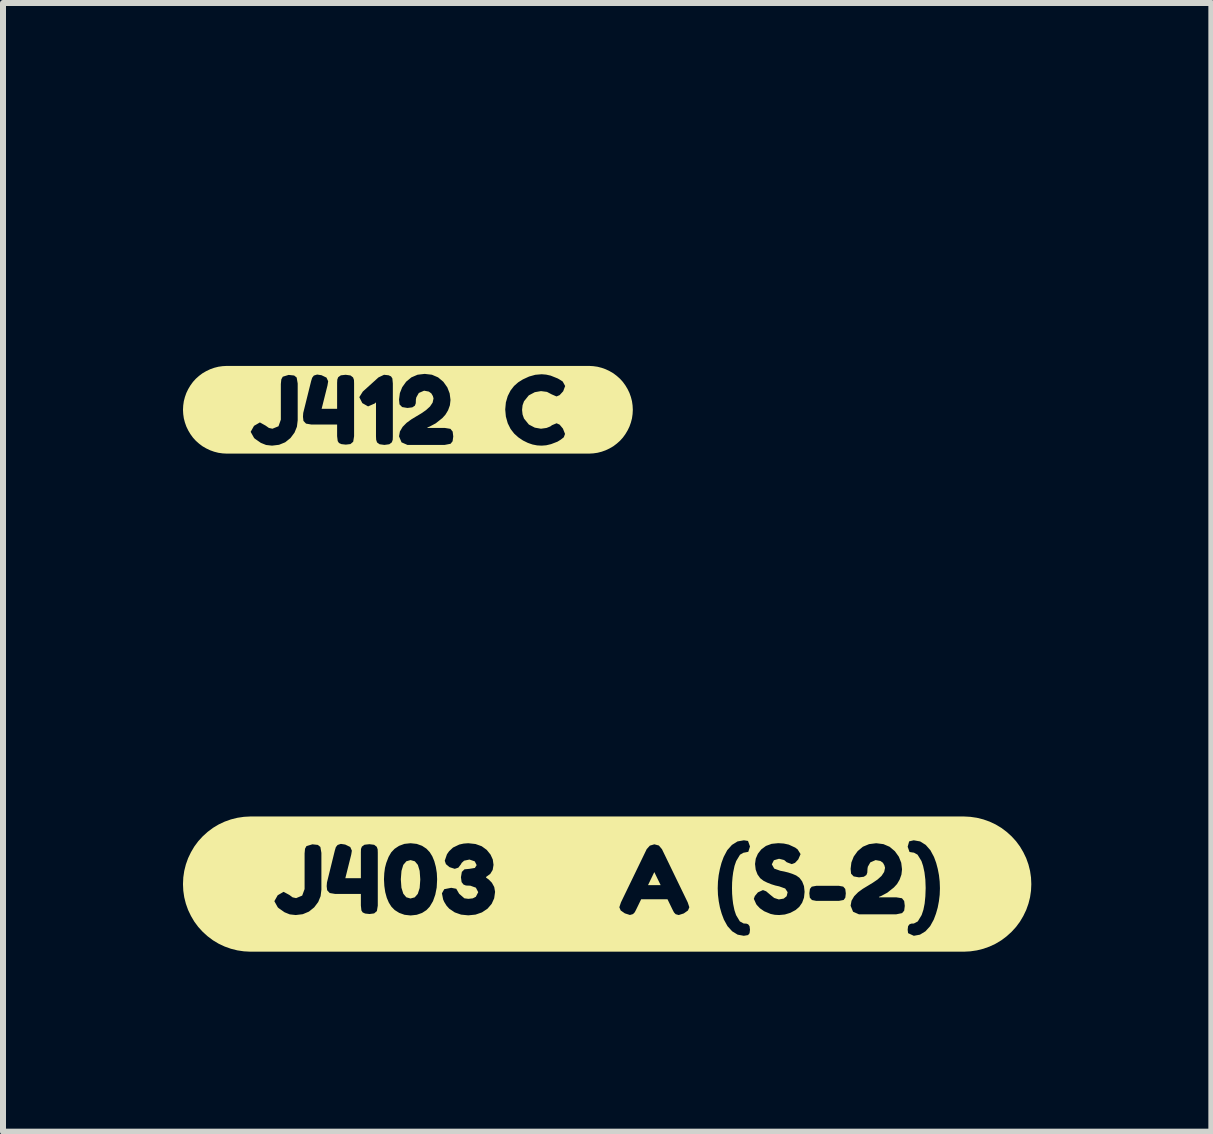
<source format=kicad_pcb>
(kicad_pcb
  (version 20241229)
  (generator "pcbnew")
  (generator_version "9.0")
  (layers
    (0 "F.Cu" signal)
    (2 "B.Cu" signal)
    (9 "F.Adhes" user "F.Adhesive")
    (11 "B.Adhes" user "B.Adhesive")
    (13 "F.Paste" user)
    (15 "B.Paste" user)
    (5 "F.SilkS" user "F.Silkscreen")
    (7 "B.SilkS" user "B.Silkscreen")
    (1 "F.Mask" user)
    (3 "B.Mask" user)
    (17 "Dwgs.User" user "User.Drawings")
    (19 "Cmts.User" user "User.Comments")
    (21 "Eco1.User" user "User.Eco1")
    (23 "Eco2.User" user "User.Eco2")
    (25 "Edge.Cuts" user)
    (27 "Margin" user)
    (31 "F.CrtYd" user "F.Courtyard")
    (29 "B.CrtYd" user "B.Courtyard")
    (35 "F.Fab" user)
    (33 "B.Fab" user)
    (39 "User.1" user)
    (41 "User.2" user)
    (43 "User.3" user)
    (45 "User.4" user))
  (footprint "kibuzzard-65BFD836"
    (layer "F.Cu")
    (at 7.07 11.686)
    (property "Reference" "kibuzzard-65BFD836" (at 0 -4.175 0) (layer "F.SilkS") (effects (font (size 0.001 0.001) (thickness 0.15))))
    (attr board_only exclude_from_pos_files exclude_from_bom)
    (fp_poly (pts (xy 0.786 -0.2) (xy 0.681 0.018) (xy 0.892 0.018) (xy 0.786 -0.2)) (stroke (width 0) (type solid)) (fill yes) (layer "F.SilkS"))
    (fp_poly (pts (xy -3.278 0.24) (xy -3.207 0.221) (xy -3.156 0.162) (xy -3.125 0.065) (xy -3.115 -0.071) (xy -3.115 -0.081) (xy -3.125 -0.22) (xy -3.155 -0.32) (xy -3.206 -0.38) (xy -3.277 -0.4) (xy -3.347 -0.38) (xy -3.398 -0.32) (xy -3.428 -0.22) (xy -3.439 -0.08) (xy -3.429 0.06) (xy -3.398 0.16) (xy -3.348 0.22) (xy -3.278 0.24)) (stroke (width 0) (type solid)) (fill yes) (layer "F.SilkS"))
    (fp_poly (pts (xy -5.547 -1.127) (xy -5.944 -1.127) (xy -6.054 -1.121) (xy -6.163 -1.105) (xy -6.271 -1.078) (xy -6.375 -1.041) (xy -6.475 -0.994) (xy -6.57 -0.937) (xy -6.658 -0.871) (xy -6.74 -0.797) (xy -6.815 -0.715) (xy -6.881 -0.626) (xy -6.937 -0.531) (xy -6.985 -0.431) (xy -7.022 -0.327) (xy -7.049 -0.22) (xy -7.065 -0.11) (xy -7.07 0) (xy -7.065 0.11) (xy -7.049 0.22) (xy -7.022 0.327) (xy -6.985 0.431) (xy -6.937 0.531) (xy -6.881 0.626) (xy -6.815 0.715) (xy -6.74 0.797) (xy -6.658 0.871) (xy -6.57 0.937) (xy -6.475 0.994) (xy -6.375 1.041) (xy -6.271 1.078) (xy -6.163 1.105) (xy -6.054 1.121) (xy -5.944 1.127) (xy -5.547 1.127) (xy -5.191 1.127) (xy -5.191 0.516) (xy -5.29 0.505) (xy -5.377 0.47) (xy -5.478 0.399) (xy -5.491 0.386) (xy -5.547 0.285) (xy -5.491 0.186) (xy -5.393 0.129) (xy -5.297 0.181) (xy -5.243 0.221) (xy -5.184 0.234) (xy -5.083 0.192) (xy -5.043 0.083) (xy -5.043 -0.511) (xy -5.036 -0.589) (xy -5.012 -0.633) (xy -4.913 -0.663) (xy -4.822 -0.653) (xy -4.78 -0.619) (xy -4.763 -0.52) (xy -4.763 0.094) (xy -4.776 0.201) (xy -4.816 0.299) (xy -4.883 0.388) (xy -4.971 0.459) (xy -5.074 0.502) (xy -5.191 0.516) (xy -5.191 1.127) (xy -3.961 1.127) (xy -3.961 0.499) (xy -4.034 0.491) (xy -4.075 0.472) (xy -4.096 0.44) (xy -4.105 0.357) (xy -4.105 0.164) (xy -4.535 0.164) (xy -4.624 0.149) (xy -4.667 0.103) (xy -4.675 0.035) (xy -4.67 -0.028) (xy -4.539 -0.56) (xy -4.522 -0.616) (xy -4.493 -0.652) (xy -4.439 -0.67) (xy -4.366 -0.659) (xy -4.282 -0.618) (xy -4.255 -0.557) (xy -4.266 -0.49) (xy -4.267 -0.486) (xy -4.364 -0.098) (xy -4.105 -0.098) (xy -4.105 -0.532) (xy -4.103 -0.586) (xy -4.088 -0.625) (xy -4.044 -0.656) (xy -3.963 -0.665) (xy -3.883 -0.655) (xy -3.84 -0.621) (xy -3.825 -0.579) (xy -3.823 -0.524) (xy -3.823 0.359) (xy -3.838 0.45) (xy -3.884 0.489) (xy -3.961 0.499) (xy -3.961 1.127) (xy -3.275 1.127) (xy -3.275 0.523) (xy -3.377 0.512) (xy -3.466 0.48) (xy -3.541 0.433) (xy -3.596 0.377) (xy -3.639 0.309) (xy -3.673 0.229) (xy -3.699 0.134) (xy -3.714 0.031) (xy -3.72 -0.081) (xy -3.715 -0.181) (xy -3.703 -0.272) (xy -3.682 -0.352) (xy -3.643 -0.453) (xy -3.599 -0.529) (xy -3.543 -0.588) (xy -3.469 -0.637) (xy -3.38 -0.67) (xy -3.277 -0.681) (xy -3.174 -0.67) (xy -3.085 -0.638) (xy -3.012 -0.59) (xy -2.957 -0.532) (xy -2.914 -0.462) (xy -2.881 -0.382) (xy -2.855 -0.285) (xy -2.839 -0.184) (xy -2.834 -0.079) (xy -2.841 0.057) (xy -2.865 0.178) (xy -2.903 0.285) (xy -2.958 0.377) (xy -3.012 0.434) (xy -3.085 0.481) (xy -3.174 0.512) (xy -3.275 0.523) (xy -3.275 1.127) (xy -2.315 1.127) (xy -2.315 0.521) (xy -2.435 0.509) (xy -2.54 0.472) (xy -2.632 0.41) (xy -2.677 0.36) (xy -2.716 0.297) (xy -2.734 0.256) (xy -2.737 0.24) (xy -2.754 0.154) (xy -2.715 0.085) (xy -2.599 0.062) (xy -2.515 0.078) (xy -2.467 0.161) (xy -2.38 0.237) (xy -2.313 0.246) (xy -2.24 0.238) (xy -2.189 0.212) (xy -2.149 0.135) (xy -2.188 0.06) (xy -2.28 0.027) (xy -2.353 0.024) (xy -2.394 0.008) (xy -2.426 -0.033) (xy -2.437 -0.114) (xy -2.422 -0.203) (xy -2.378 -0.246) (xy -2.296 -0.254) (xy -2.205 -0.269) (xy -2.175 -0.316) (xy -2.207 -0.379) (xy -2.295 -0.409) (xy -2.384 -0.39) (xy -2.426 -0.352) (xy -2.435 -0.333) (xy -2.48 -0.274) (xy -2.54 -0.254) (xy -2.627 -0.282) (xy -2.687 -0.332) (xy -2.707 -0.389) (xy -2.67 -0.497) (xy -2.635 -0.547) (xy -2.569 -0.609) (xy -2.465 -0.659) (xy -2.393 -0.675) (xy -2.315 -0.681) (xy -2.194 -0.668) (xy -2.091 -0.631) (xy -2.007 -0.57) (xy -1.944 -0.492) (xy -1.906 -0.409) (xy -1.894 -0.32) (xy -1.908 -0.236) (xy -1.949 -0.169) (xy -2.018 -0.119) (xy -2.018 -0.108) (xy -1.971 -0.074) (xy -1.921 -0.022) (xy -1.882 0.049) (xy -1.868 0.13) (xy -1.883 0.237) (xy -1.925 0.33) (xy -1.995 0.411) (xy -2.087 0.472) (xy -2.194 0.509) (xy -2.315 0.521) (xy -2.315 1.127) (xy 1.193 1.127) (xy 1.193 0.516) (xy 1.142 0.502) (xy 1.114 0.472) (xy 1.089 0.424) (xy 1.006 0.253) (xy 0.567 0.253) (xy 0.484 0.424) (xy 0.46 0.47) (xy 0.431 0.5) (xy 0.38 0.515) (xy 0.295 0.488) (xy 0.226 0.44) (xy 0.203 0.386) (xy 0.23 0.305) (xy 0.659 -0.582) (xy 0.712 -0.641) (xy 0.787 -0.663) (xy 0.862 -0.643) (xy 0.914 -0.581) (xy 1.343 0.305) (xy 1.37 0.386) (xy 1.347 0.44) (xy 1.278 0.489) (xy 1.193 0.516) (xy 1.193 1.127) (xy 2.278 1.127) (xy 2.278 0.862) (xy 2.175 0.843) (xy 2.084 0.787) (xy 2.006 0.701) (xy 1.946 0.592) (xy 1.909 0.493) (xy 1.88 0.391) (xy 1.86 0.286) (xy 1.847 0.179) (xy 1.843 0.069) (xy 1.847 -0.041) (xy 1.859 -0.148) (xy 1.879 -0.252) (xy 1.906 -0.354) (xy 1.942 -0.452) (xy 2.001 -0.564) (xy 2.08 -0.653) (xy 2.173 -0.711) (xy 2.28 -0.73) (xy 2.348 -0.719) (xy 2.381 -0.627) (xy 2.353 -0.538) (xy 2.288 -0.525) (xy 2.278 -0.525) (xy 2.215 -0.49) (xy 2.151 -0.384) (xy 2.123 -0.303) (xy 2.101 -0.197) (xy 2.09 -0.115) (xy 2.083 -0.027) (xy 2.081 0.067) (xy 2.083 0.161) (xy 2.09 0.249) (xy 2.1 0.33) (xy 2.122 0.436) (xy 2.149 0.517) (xy 2.212 0.622) (xy 2.276 0.657) (xy 2.32 0.659) (xy 2.35 0.67) (xy 2.374 0.702) (xy 2.381 0.761) (xy 2.374 0.819) (xy 2.349 0.85) (xy 2.278 0.862) (xy 2.278 1.127) (xy 2.867 1.127) (xy 2.867 0.516) (xy 2.794 0.512) (xy 2.726 0.498) (xy 2.618 0.453) (xy 2.546 0.403) (xy 2.5 0.354) (xy 2.486 0.337) (xy 2.445 0.246) (xy 2.462 0.199) (xy 2.513 0.138) (xy 2.597 0.1) (xy 2.65 0.12) (xy 2.721 0.18) (xy 2.784 0.231) (xy 2.861 0.256) (xy 2.943 0.242) (xy 2.992 0.202) (xy 3.008 0.135) (xy 2.968 0.074) (xy 2.867 0.038) (xy 2.804 0.024) (xy 2.737 0.003) (xy 2.669 -0.024) (xy 2.607 -0.055) (xy 2.551 -0.098) (xy 2.506 -0.161) (xy 2.476 -0.24) (xy 2.465 -0.335) (xy 2.477 -0.424) (xy 2.512 -0.505) (xy 2.569 -0.578) (xy 2.647 -0.636) (xy 2.742 -0.671) (xy 2.853 -0.682) (xy 2.944 -0.676) (xy 3.027 -0.658) (xy 3.135 -0.608) (xy 3.175 -0.578) (xy 3.224 -0.5) (xy 3.186 -0.412) (xy 3.131 -0.353) (xy 3.075 -0.333) (xy 2.992 -0.365) (xy 2.974 -0.381) (xy 2.95 -0.401) (xy 2.865 -0.422) (xy 2.779 -0.397) (xy 2.745 -0.329) (xy 2.785 -0.258) (xy 2.886 -0.222) (xy 2.949 -0.21) (xy 3.018 -0.193) (xy 3.086 -0.171) (xy 3.15 -0.144) (xy 3.205 -0.105) (xy 3.25 -0.045) (xy 3.281 0.034) (xy 3.291 0.129) (xy 3.281 0.226) (xy 3.25 0.311) (xy 3.202 0.38) (xy 3.142 0.432) (xy 3.054 0.479) (xy 2.962 0.507) (xy 2.867 0.516) (xy 2.867 1.127) (xy 3.862 1.127) (xy 3.862 0.28) (xy 3.485 0.28) (xy 3.414 0.266) (xy 3.378 0.226) (xy 3.37 0.153) (xy 3.38 0.081) (xy 3.41 0.043) (xy 3.486 0.029) (xy 3.864 0.029) (xy 3.935 0.042) (xy 3.969 0.081) (xy 3.978 0.154) (xy 3.97 0.226) (xy 3.942 0.265) (xy 3.862 0.28) (xy 3.862 1.127) (xy 4.818 1.127) (xy 4.818 0.504) (xy 4.197 0.504) (xy 4.099 0.461) (xy 4.058 0.361) (xy 4.073 0.278) (xy 4.117 0.203) (xy 4.183 0.136) (xy 4.261 0.079) (xy 4.345 0.028) (xy 4.429 -0.023) (xy 4.507 -0.076) (xy 4.573 -0.136) (xy 4.617 -0.202) (xy 4.632 -0.271) (xy 4.621 -0.312) (xy 4.597 -0.355) (xy 4.555 -0.385) (xy 4.475 -0.4) (xy 4.387 -0.362) (xy 4.345 -0.289) (xy 4.339 -0.252) (xy 4.339 -0.243) (xy 4.336 -0.19) (xy 4.321 -0.151) (xy 4.278 -0.122) (xy 4.197 -0.112) (xy 4.109 -0.128) (xy 4.066 -0.173) (xy 4.058 -0.254) (xy 4.071 -0.36) (xy 4.11 -0.459) (xy 4.176 -0.55) (xy 4.263 -0.623) (xy 4.366 -0.666) (xy 4.485 -0.681) (xy 4.605 -0.666) (xy 4.708 -0.622) (xy 4.796 -0.548) (xy 4.862 -0.456) (xy 4.902 -0.355) (xy 4.915 -0.246) (xy 4.905 -0.158) (xy 4.875 -0.074) (xy 4.832 -0.001) (xy 4.78 0.056) (xy 4.669 0.144) (xy 4.57 0.197) (xy 4.531 0.213) (xy 4.531 0.221) (xy 4.821 0.221) (xy 4.914 0.236) (xy 4.951 0.282) (xy 4.961 0.363) (xy 4.951 0.443) (xy 4.916 0.484) (xy 4.818 0.504) (xy 4.818 1.127) (xy 5.112 1.127) (xy 5.112 0.862) (xy 5.016 0.818) (xy 5.009 0.761) (xy 5.016 0.702) (xy 5.04 0.67) (xy 5.07 0.659) (xy 5.113 0.657) (xy 5.178 0.622) (xy 5.242 0.516) (xy 5.271 0.429) (xy 5.292 0.325) (xy 5.304 0.204) (xy 5.309 0.065) (xy 5.304 -0.073) (xy 5.289 -0.197) (xy 5.266 -0.303) (xy 5.239 -0.384) (xy 5.174 -0.49) (xy 5.112 -0.525) (xy 5.102 -0.525) (xy 5.04 -0.535) (xy 5.009 -0.623) (xy 5.034 -0.712) (xy 5.11 -0.73) (xy 5.217 -0.711) (xy 5.31 -0.653) (xy 5.388 -0.564) (xy 5.448 -0.452) (xy 5.484 -0.354) (xy 5.511 -0.252) (xy 5.531 -0.148) (xy 5.543 -0.041) (xy 5.547 0.069) (xy 5.543 0.179) (xy 5.53 0.286) (xy 5.51 0.391) (xy 5.481 0.493) (xy 5.444 0.592) (xy 5.384 0.701) (xy 5.306 0.787) (xy 5.214 0.843) (xy 5.112 0.862) (xy 5.112 1.127) (xy 5.547 1.127) (xy 5.944 1.127) (xy 6.054 1.121) (xy 6.163 1.105) (xy 6.271 1.078) (xy 6.375 1.041) (xy 6.475 0.994) (xy 6.57 0.937) (xy 6.658 0.871) (xy 6.74 0.797) (xy 6.815 0.715) (xy 6.881 0.626) (xy 6.937 0.531) (xy 6.985 0.431) (xy 7.022 0.327) (xy 7.049 0.22) (xy 7.065 0.11) (xy 7.07 0) (xy 7.065 -0.11) (xy 7.049 -0.22) (xy 7.022 -0.327) (xy 6.985 -0.431) (xy 6.937 -0.531) (xy 6.881 -0.626) (xy 6.815 -0.715) (xy 6.74 -0.797) (xy 6.658 -0.871) (xy 6.57 -0.937) (xy 6.475 -0.994) (xy 6.375 -1.041) (xy 6.271 -1.078) (xy 6.163 -1.105) (xy 6.054 -1.121) (xy 5.944 -1.127) (xy 5.547 -1.127) (xy -5.547 -1.127)) (stroke (width 0) (type solid)) (fill yes) (layer "F.SilkS")))
  (footprint "kibuzzard-65BFD822"
    (layer "F.Cu")
    (at 3.749 3.78)
    (property "Reference" "kibuzzard-65BFD822" (at 0 -3.779 0) (layer "F.SilkS") (effects (font (size 0.001 0.001) (thickness 0.15))))
    (attr board_only exclude_from_pos_files exclude_from_bom)
    (fp_poly (pts (xy -2.621 -0.731) (xy -3.018 -0.731) (xy -3.089 -0.727) (xy -3.16 -0.717) (xy -3.23 -0.699) (xy -3.297 -0.675) (xy -3.362 -0.644) (xy -3.424 -0.608) (xy -3.481 -0.565) (xy -3.535 -0.517) (xy -3.583 -0.464) (xy -3.625 -0.406) (xy -3.662 -0.344) (xy -3.693 -0.28) (xy -3.717 -0.212) (xy -3.735 -0.143) (xy -3.745 -0.072) (xy -3.749 0) (xy -3.745 0.072) (xy -3.735 0.143) (xy -3.717 0.212) (xy -3.693 0.28) (xy -3.662 0.344) (xy -3.625 0.406) (xy -3.583 0.464) (xy -3.535 0.517) (xy -3.481 0.565) (xy -3.424 0.608) (xy -3.362 0.644) (xy -3.297 0.675) (xy -3.23 0.699) (xy -3.16 0.717) (xy -3.089 0.727) (xy -3.018 0.731) (xy -2.621 0.731) (xy -2.265 0.731) (xy -2.265 0.598) (xy -2.364 0.587) (xy -2.451 0.552) (xy -2.553 0.481) (xy -2.565 0.468) (xy -2.621 0.368) (xy -2.565 0.268) (xy -2.467 0.211) (xy -2.372 0.264) (xy -2.317 0.303) (xy -2.258 0.316) (xy -2.157 0.275) (xy -2.118 0.165) (xy -2.118 -0.429) (xy -2.11 -0.507) (xy -2.086 -0.551) (xy -1.988 -0.581) (xy -1.896 -0.571) (xy -1.854 -0.537) (xy -1.837 -0.438) (xy -1.837 0.176) (xy -1.85 0.283) (xy -1.89 0.381) (xy -1.957 0.471) (xy -2.045 0.542) (xy -2.148 0.584) (xy -2.265 0.598) (xy -2.265 0.731) (xy -1.035 0.731) (xy -1.035 0.581) (xy -1.108 0.573) (xy -1.149 0.554) (xy -1.17 0.522) (xy -1.18 0.44) (xy -1.18 0.246) (xy -1.61 0.246) (xy -1.698 0.231) (xy -1.741 0.186) (xy -1.749 0.117) (xy -1.745 0.054) (xy -1.613 -0.478) (xy -1.596 -0.533) (xy -1.568 -0.57) (xy -1.513 -0.587) (xy -1.44 -0.576) (xy -1.357 -0.536) (xy -1.329 -0.475) (xy -1.34 -0.408) (xy -1.341 -0.403) (xy -1.438 -0.016) (xy -1.18 -0.016) (xy -1.18 -0.449) (xy -1.177 -0.503) (xy -1.162 -0.543) (xy -1.118 -0.574) (xy -1.037 -0.583) (xy -0.957 -0.572) (xy -0.914 -0.539) (xy -0.899 -0.497) (xy -0.897 -0.441) (xy -0.897 0.441) (xy -0.912 0.533) (xy -0.958 0.572) (xy -1.035 0.581) (xy -1.035 0.731) (xy -0.392 0.731) (xy -0.392 0.586) (xy -0.472 0.575) (xy -0.514 0.545) (xy -0.529 0.501) (xy -0.532 0.443) (xy -0.532 -0.124) (xy -0.552 -0.105) (xy -0.664 -0.056) (xy -0.76 -0.111) (xy -0.81 -0.21) (xy -0.752 -0.303) (xy -0.492 -0.538) (xy -0.487 -0.541) (xy -0.398 -0.583) (xy -0.322 -0.575) (xy -0.281 -0.556) (xy -0.259 -0.522) (xy -0.251 -0.438) (xy -0.251 0.446) (xy -0.253 0.501) (xy -0.268 0.543) (xy -0.31 0.575) (xy -0.392 0.586) (xy -0.392 0.731) (xy 0.613 0.731) (xy 0.613 0.586) (xy -0.008 0.586) (xy -0.106 0.543) (xy -0.148 0.443) (xy -0.133 0.361) (xy -0.088 0.285) (xy -0.022 0.218) (xy 0.056 0.161) (xy 0.14 0.11) (xy 0.224 0.06) (xy 0.302 0.006) (xy 0.368 -0.054) (xy 0.412 -0.119) (xy 0.427 -0.189) (xy 0.416 -0.229) (xy 0.391 -0.272) (xy 0.349 -0.303) (xy 0.27 -0.318) (xy 0.182 -0.28) (xy 0.14 -0.206) (xy 0.133 -0.17) (xy 0.133 -0.16) (xy 0.131 -0.108) (xy 0.116 -0.068) (xy 0.073 -0.04) (xy -0.008 -0.03) (xy -0.096 -0.045) (xy -0.14 -0.09) (xy -0.148 -0.171) (xy -0.134 -0.278) (xy -0.095 -0.376) (xy -0.029 -0.468) (xy 0.058 -0.54) (xy 0.161 -0.584) (xy 0.28 -0.598) (xy 0.4 -0.584) (xy 0.503 -0.54) (xy 0.591 -0.466) (xy 0.657 -0.373) (xy 0.696 -0.273) (xy 0.71 -0.164) (xy 0.7 -0.075) (xy 0.67 0.008) (xy 0.626 0.081) (xy 0.575 0.138) (xy 0.464 0.226) (xy 0.365 0.279) (xy 0.325 0.295) (xy 0.325 0.303) (xy 0.616 0.303) (xy 0.709 0.318) (xy 0.746 0.364) (xy 0.756 0.445) (xy 0.745 0.525) (xy 0.711 0.567) (xy 0.613 0.586) (xy 0.613 0.731) (xy 2.23 0.731) (xy 2.23 0.598) (xy 2.154 0.594) (xy 2.077 0.579) (xy 1.999 0.552) (xy 1.918 0.512) (xy 1.841 0.46) (xy 1.772 0.398) (xy 1.712 0.321) (xy 1.664 0.225) (xy 1.633 0.114) (xy 1.622 -0.005) (xy 1.633 -0.123) (xy 1.664 -0.229) (xy 1.711 -0.321) (xy 1.769 -0.396) (xy 1.838 -0.457) (xy 1.916 -0.506) (xy 2.02 -0.554) (xy 2.124 -0.583) (xy 2.229 -0.592) (xy 2.304 -0.586) (xy 2.38 -0.569) (xy 2.497 -0.522) (xy 2.535 -0.5) (xy 2.58 -0.471) (xy 2.621 -0.396) (xy 2.588 -0.308) (xy 2.529 -0.244) (xy 2.477 -0.222) (xy 2.396 -0.257) (xy 2.318 -0.298) (xy 2.218 -0.311) (xy 2.115 -0.293) (xy 2.015 -0.24) (xy 1.935 -0.141) (xy 1.911 -0.074) (xy 1.903 0.002) (xy 1.911 0.078) (xy 1.935 0.146) (xy 2.016 0.246) (xy 2.115 0.298) (xy 2.218 0.316) (xy 2.311 0.303) (xy 2.373 0.278) (xy 2.402 0.257) (xy 2.478 0.225) (xy 2.529 0.248) (xy 2.584 0.314) (xy 2.619 0.403) (xy 2.598 0.459) (xy 2.548 0.498) (xy 2.493 0.532) (xy 2.386 0.573) (xy 2.306 0.592) (xy 2.23 0.598) (xy 2.23 0.731) (xy 2.621 0.731) (xy 3.018 0.731) (xy 3.089 0.727) (xy 3.16 0.717) (xy 3.23 0.699) (xy 3.297 0.675) (xy 3.362 0.644) (xy 3.424 0.608) (xy 3.481 0.565) (xy 3.535 0.517) (xy 3.583 0.464) (xy 3.625 0.406) (xy 3.662 0.344) (xy 3.693 0.28) (xy 3.717 0.212) (xy 3.735 0.143) (xy 3.745 0.072) (xy 3.749 0) (xy 3.745 -0.072) (xy 3.735 -0.143) (xy 3.717 -0.212) (xy 3.693 -0.28) (xy 3.662 -0.344) (xy 3.625 -0.406) (xy 3.583 -0.464) (xy 3.535 -0.517) (xy 3.481 -0.565) (xy 3.424 -0.608) (xy 3.362 -0.644) (xy 3.297 -0.675) (xy 3.23 -0.699) (xy 3.16 -0.717) (xy 3.089 -0.727) (xy 3.018 -0.731) (xy 2.621 -0.731) (xy -2.621 -0.731)) (stroke (width 0) (type solid)) (fill yes) (layer "F.SilkS")))
  (gr_rect
    (start -3 -3)
    (end 17.141 15.813)
    (stroke (width 0.1) (type default))
    (fill no)
    (layer "Edge.Cuts")))
</source>
